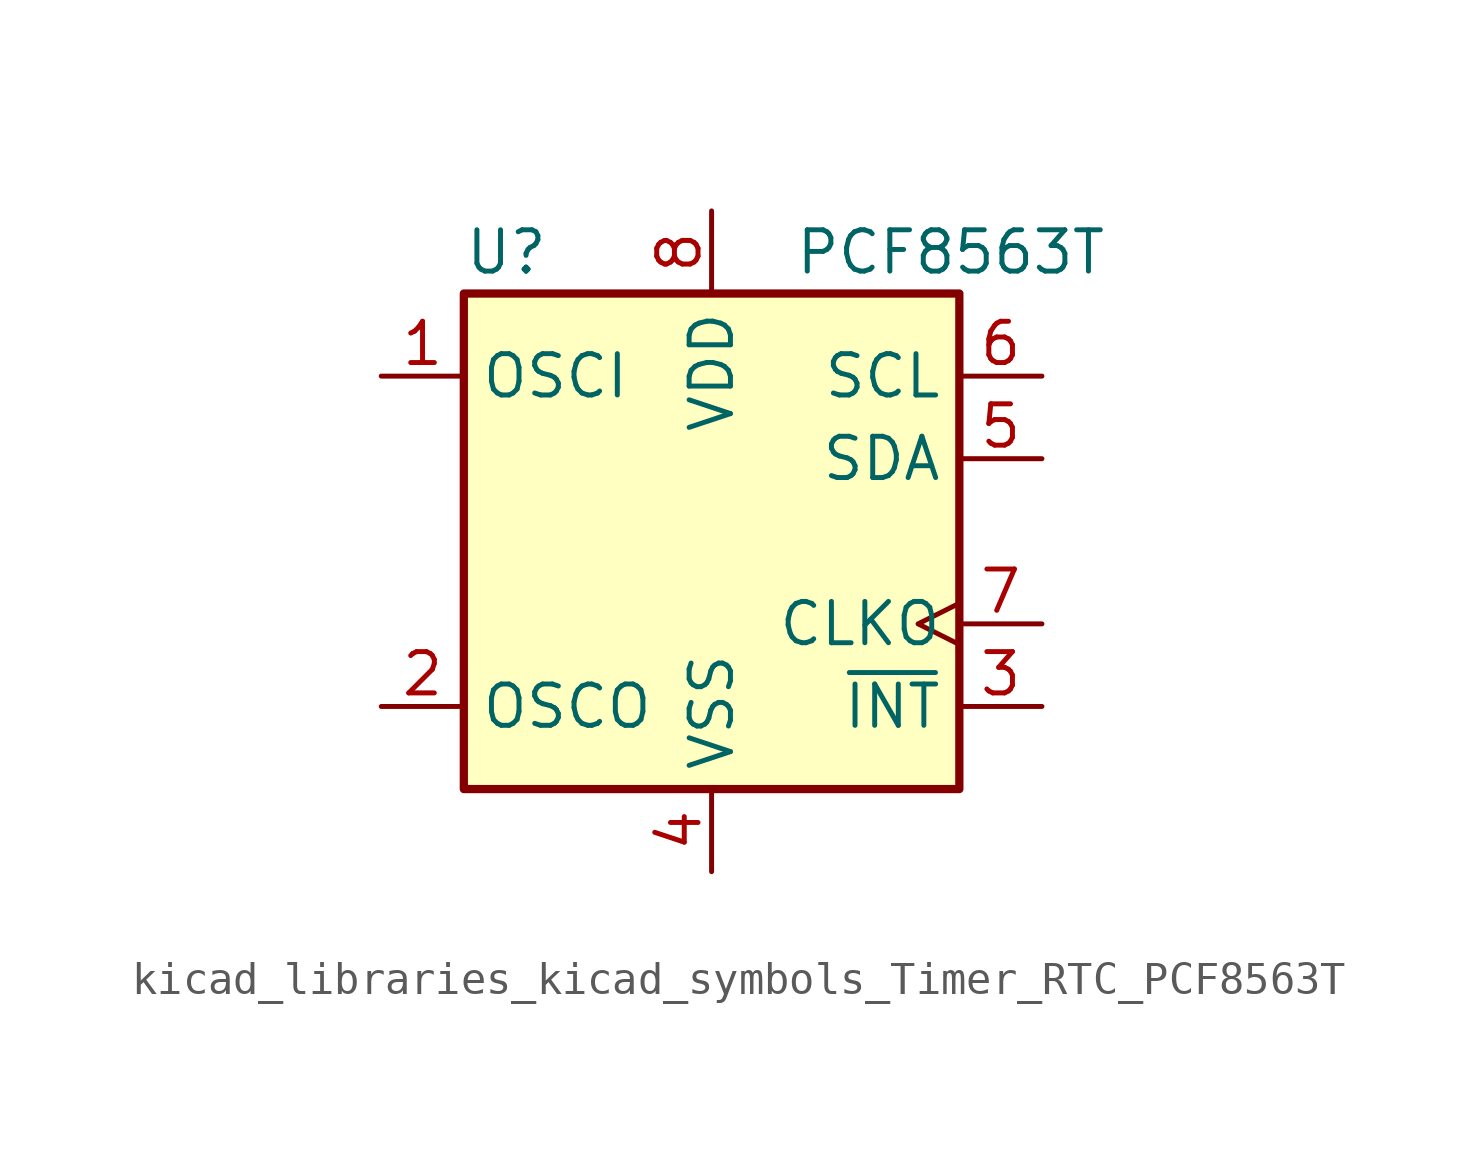
<source format=kicad_sym>
(kicad_symbol_lib
  (version 20220914)
  (generator kicad_symbol_editor)
  (symbol "kicad_libraries_kicad_symbols_Timer_RTC_PCF8563T"
    (property "Reference" "U"
      (at -7.62 8.89 0)
      (effects (font (size 1.27 1.27)) (justify left)))
    (property "Value" "PCF8563T"
      (at 2.54 8.89 0)
      (effects (font (size 1.27 1.27)) (justify left)))
    (symbol "kicad_libraries_kicad_symbols_Timer_RTC_PCF8563T_0_1"
      (rectangle (start -7.62 7.62) (end 7.62 -7.62) (stroke (width 0.254) (type default)) (fill (type background))))
    (symbol "kicad_libraries_kicad_symbols_Timer_RTC_PCF8563T_1_1"
      (pin input line (at -10.16 5.08 0) (length 2.54) (name "OSCI" (effects (font (size 1.27 1.27)))) (number "1" (effects (font (size 1.27 1.27)))))
      (pin output line (at -10.16 -5.08 0) (length 2.54) (name "OSCO" (effects (font (size 1.27 1.27)))) (number "2" (effects (font (size 1.27 1.27)))))
      (pin output line (at 10.16 -5.08 180) (length 2.54) (name "~{INT}" (effects (font (size 1.27 1.27)))) (number "3" (effects (font (size 1.27 1.27)))))
      (pin power_in line (at 0 -10.16 90) (length 2.54) (name "VSS" (effects (font (size 1.27 1.27)))) (number "4" (effects (font (size 1.27 1.27)))))
      (pin bidirectional line (at 10.16 2.54 180) (length 2.54) (name "SDA" (effects (font (size 1.27 1.27)))) (number "5" (effects (font (size 1.27 1.27)))))
      (pin input line (at 10.16 5.08 180) (length 2.54) (name "SCL" (effects (font (size 1.27 1.27)))) (number "6" (effects (font (size 1.27 1.27)))))
      (pin output clock (at 10.16 -2.54 180) (length 2.54) (name "CLKO" (effects (font (size 1.27 1.27)))) (number "7" (effects (font (size 1.27 1.27)))))
      (pin power_in line (at 0 10.16 270) (length 2.54) (name "VDD" (effects (font (size 1.27 1.27)))) (number "8" (effects (font (size 1.27 1.27))))))))
</source>
